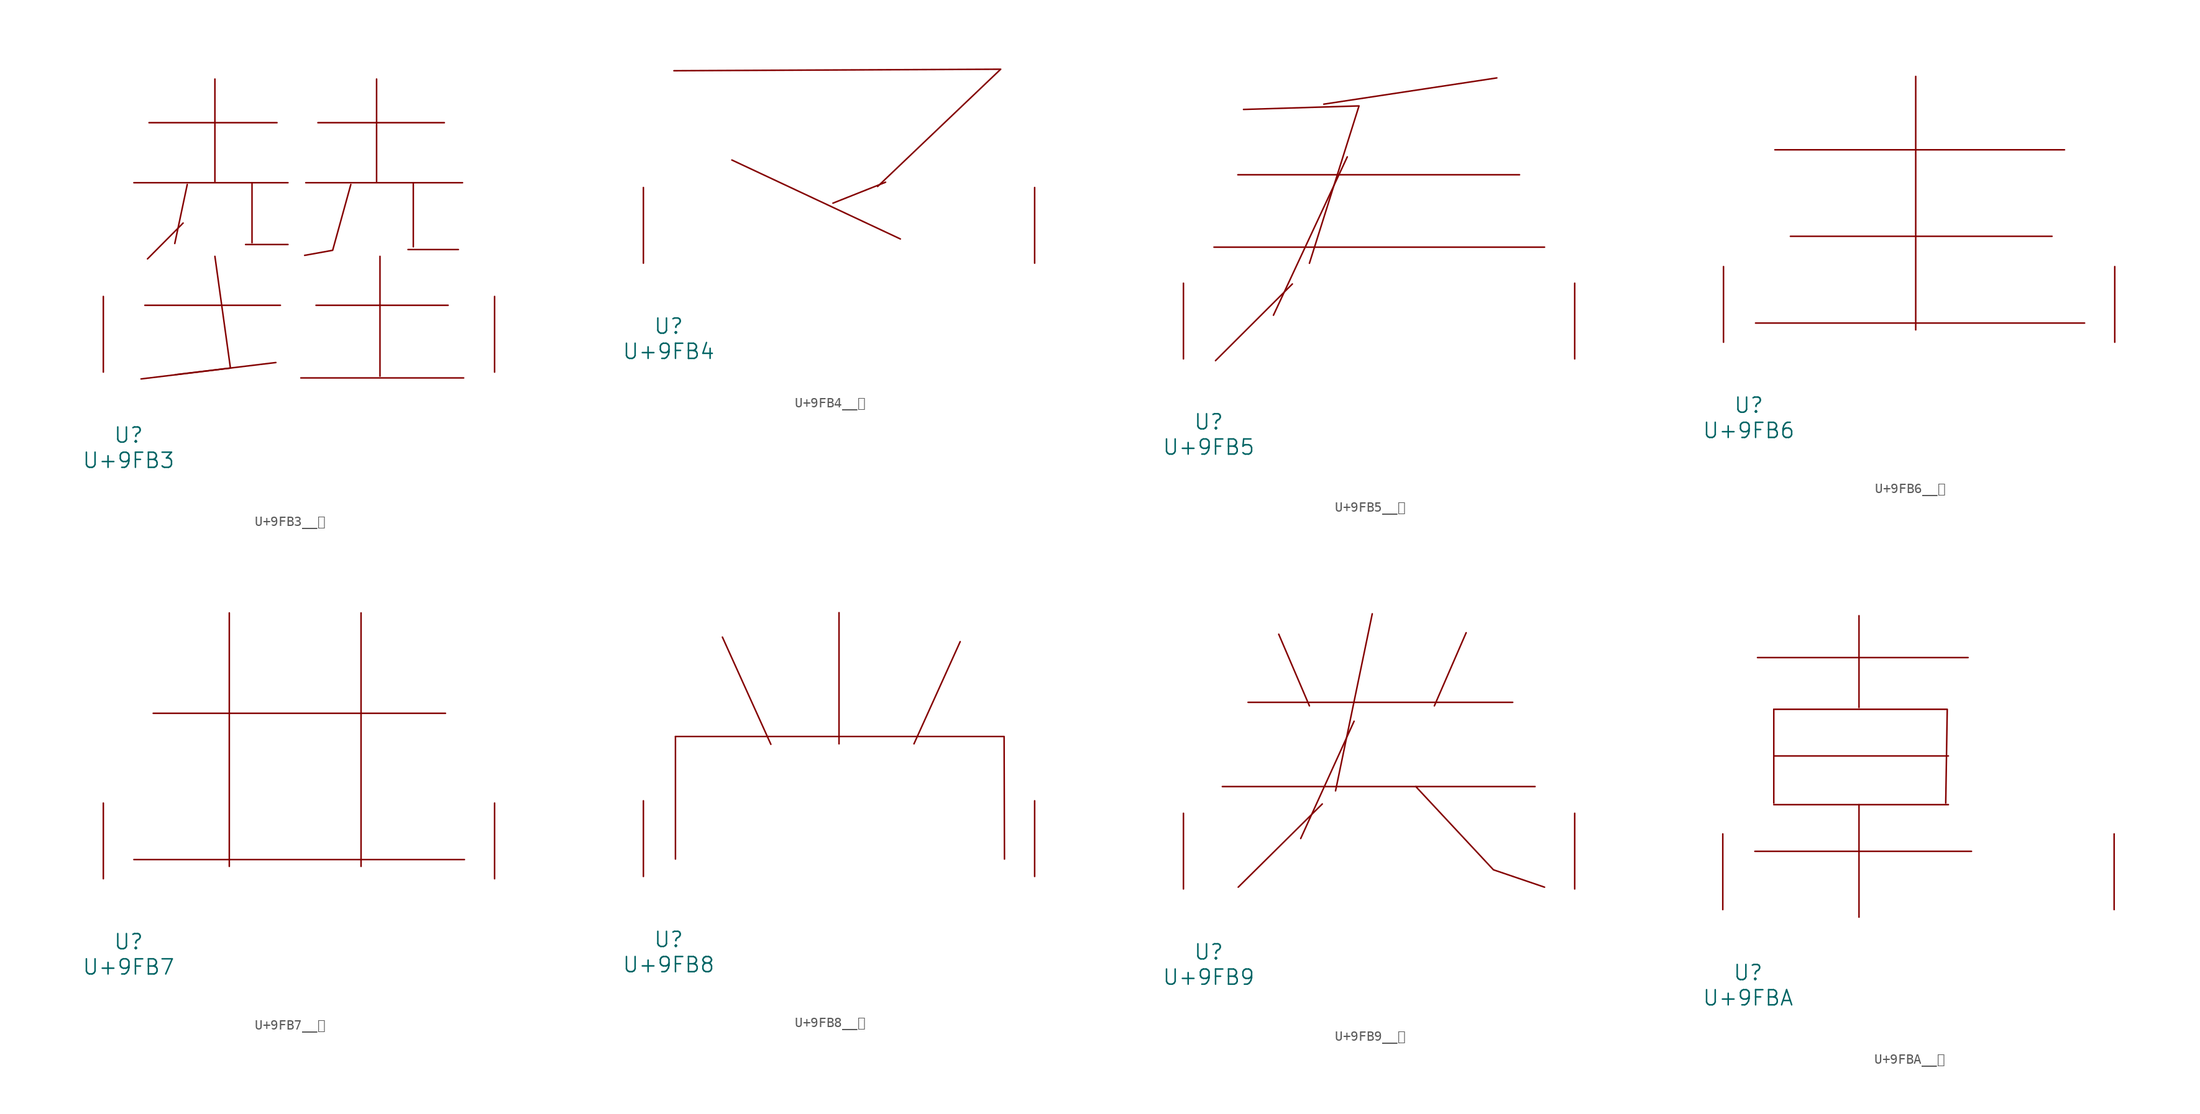
<source format=kicad_sym>
(kicad_symbol_lib
  (version 20231120)
  (generator "kicad_symbol_editor")
  (generator_version "8.0")
  (symbol "U+9FB3__龳"
    (pin_names
      (offset 1.016))
    (property "Reference" "U"
      (at 0 -6.35 0)
      (effects (font (size 1.524 1.524))))
    (property "Value" "U+9FB3"
      (at 0 -8.89 0)
      (effects (font (size 1.524 1.524))))
    (symbol "U+9FB3__龳_0_1"
      (polyline (pts (xy 0.533 19.075) (xy 16.04 19.075)) (stroke (width 0) (type solid)) (fill (type none)))
      (polyline (pts (xy 1.638 6.731) (xy 15.278 6.731)) (stroke (width 0) (type solid)) (fill (type none)))
      (polyline (pts (xy 2.057 25.121) (xy 14.935 25.121)) (stroke (width 0) (type solid)) (fill (type none)))
      (polyline (pts (xy 5.486 15.011) (xy 1.905 11.405)) (stroke (width 0) (type solid)) (fill (type none)))
      (polyline (pts (xy 5.905 18.898) (xy 4.648 12.954)) (stroke (width 0) (type solid)) (fill (type none)))
      (polyline (pts (xy 8.687 29.515) (xy 8.687 19.202)) (stroke (width 0) (type solid)) (fill (type none)))
      (polyline (pts (xy 11.773 12.852) (xy 16.04 12.852)) (stroke (width 0) (type solid)) (fill (type none)))
      (polyline (pts (xy 12.421 19.075) (xy 12.421 13.03)) (stroke (width 0) (type solid)) (fill (type none)))
      (polyline (pts (xy 14.821 0.965) (xy 4.724 -0.254)) (stroke (width 0) (type solid)) (fill (type none)))
      (polyline (pts (xy 17.335 -0.584) (xy 33.718 -0.584)) (stroke (width 0) (type solid)) (fill (type none)))
      (polyline (pts (xy 17.831 19.075) (xy 33.604 19.075)) (stroke (width 0) (type solid)) (fill (type none)))
      (polyline (pts (xy 18.86 6.731) (xy 32.156 6.731)) (stroke (width 0) (type solid)) (fill (type none)))
      (polyline (pts (xy 19.05 25.121) (xy 31.775 25.121)) (stroke (width 0) (type solid)) (fill (type none)))
      (polyline (pts (xy 24.956 29.515) (xy 24.956 19.202)) (stroke (width 0) (type solid)) (fill (type none)))
      (polyline (pts (xy 25.298 11.659) (xy 25.298 -0.406)) (stroke (width 0) (type solid)) (fill (type none)))
      (polyline (pts (xy 28.118 12.344) (xy 33.185 12.344)) (stroke (width 0) (type solid)) (fill (type none)))
      (polyline (pts (xy 28.651 19.075) (xy 28.651 12.624)) (stroke (width 0) (type solid)) (fill (type none)))
      (polyline (pts (xy 8.687 11.659) (xy 10.249 0.406) (xy 1.257 -0.686)) (stroke (width 0) (type solid)) (fill (type none)))
      (polyline (pts (xy 22.365 18.898) (xy 20.536 12.268) (xy 17.716 11.76)) (stroke (width 0) (type solid)) (fill (type none)))
      (pin input line (at -2.54 0 90) (length 7.62) (name "~" (effects (font (size 1.27 1.27)))) (number "~" (effects (font (size 1.27 1.27)))))
      (pin input line (at 36.83 0 90) (length 7.62) (name "~" (effects (font (size 1.27 1.27)))) (number "~" (effects (font (size 1.27 1.27)))))))
  (symbol "U+9FB4__龴"
    (pin_names
      (offset 1.016))
    (property "Reference" "U"
      (at 0 -6.35 0)
      (effects (font (size 1.524 1.524))))
    (property "Value" "U+9FB4"
      (at 0 -8.89 0)
      (effects (font (size 1.524 1.524))))
    (symbol "U+9FB4__龴_0_1"
      (polyline (pts (xy 6.363 10.389) (xy 23.317 2.438)) (stroke (width 0) (type solid)) (fill (type none)))
      (polyline (pts (xy 21.831 8.153) (xy 16.535 6.045)) (stroke (width 0) (type solid)) (fill (type none)))
      (polyline (pts (xy 0.533 19.38) (xy 33.414 19.533) (xy 21.031 7.722)) (stroke (width 0) (type solid)) (fill (type none)))
      (pin input line (at -2.54 0 90) (length 7.62) (name "~" (effects (font (size 1.27 1.27)))) (number "~" (effects (font (size 1.27 1.27)))))
      (pin input line (at 36.83 0 90) (length 7.62) (name "~" (effects (font (size 1.27 1.27)))) (number "~" (effects (font (size 1.27 1.27)))))))
  (symbol "U+9FB5__龵"
    (pin_names
      (offset 1.016))
    (property "Reference" "U"
      (at 0 -6.35 0)
      (effects (font (size 1.524 1.524))))
    (property "Value" "U+9FB5"
      (at 0 -8.89 0)
      (effects (font (size 1.524 1.524))))
    (symbol "U+9FB5__龵_0_1"
      (polyline (pts (xy 0.533 11.252) (xy 33.795 11.252)) (stroke (width 0) (type solid)) (fill (type none)))
      (polyline (pts (xy 2.934 18.542) (xy 31.28 18.542)) (stroke (width 0) (type solid)) (fill (type none)))
      (polyline (pts (xy 8.42 7.544) (xy 0.686 -0.178)) (stroke (width 0) (type solid)) (fill (type none)))
      (polyline (pts (xy 13.945 20.345) (xy 6.515 4.394)) (stroke (width 0) (type solid)) (fill (type none)))
      (polyline (pts (xy 28.994 28.296) (xy 11.582 25.654)) (stroke (width 0) (type solid)) (fill (type none)))
      (polyline (pts (xy 3.505 25.121) (xy 15.126 25.476) (xy 10.135 9.627)) (stroke (width 0) (type solid)) (fill (type none)))
      (pin input line (at -2.54 0 90) (length 7.62) (name "~" (effects (font (size 1.27 1.27)))) (number "~" (effects (font (size 1.27 1.27)))))
      (pin input line (at 36.83 0 90) (length 7.62) (name "~" (effects (font (size 1.27 1.27)))) (number "~" (effects (font (size 1.27 1.27)))))))
  (symbol "U+9FB6__龶"
    (pin_names
      (offset 1.016))
    (property "Reference" "U"
      (at 0 -6.35 0)
      (effects (font (size 1.524 1.524))))
    (property "Value" "U+9FB6"
      (at 0 -8.89 0)
      (effects (font (size 1.524 1.524))))
    (symbol "U+9FB6__龶_0_1"
      (polyline (pts (xy 0.686 1.93) (xy 33.795 1.93)) (stroke (width 0) (type solid)) (fill (type none)))
      (polyline (pts (xy 2.629 19.38) (xy 31.775 19.38)) (stroke (width 0) (type solid)) (fill (type none)))
      (polyline (pts (xy 4.191 10.668) (xy 30.518 10.668)) (stroke (width 0) (type solid)) (fill (type none)))
      (polyline (pts (xy 16.802 26.772) (xy 16.802 1.245)) (stroke (width 0) (type solid)) (fill (type none)))
      (pin input line (at -2.54 0 90) (length 7.62) (name "~" (effects (font (size 1.27 1.27)))) (number "~" (effects (font (size 1.27 1.27)))))
      (pin input line (at 36.83 0 90) (length 7.62) (name "~" (effects (font (size 1.27 1.27)))) (number "~" (effects (font (size 1.27 1.27)))))))
  (symbol "U+9FB7__龷"
    (pin_names
      (offset 1.016))
    (property "Reference" "U"
      (at 0 -6.35 0)
      (effects (font (size 1.524 1.524))))
    (property "Value" "U+9FB7"
      (at 0 -8.89 0)
      (effects (font (size 1.524 1.524))))
    (symbol "U+9FB7__龷_0_1"
      (polyline (pts (xy 0.533 1.93) (xy 33.795 1.93)) (stroke (width 0) (type solid)) (fill (type none)))
      (polyline (pts (xy 2.477 16.662) (xy 31.89 16.662)) (stroke (width 0) (type solid)) (fill (type none)))
      (polyline (pts (xy 10.135 26.772) (xy 10.135 1.245)) (stroke (width 0) (type solid)) (fill (type none)))
      (polyline (pts (xy 23.393 26.772) (xy 23.393 1.245)) (stroke (width 0) (type solid)) (fill (type none)))
      (pin input line (at -2.54 0 90) (length 7.62) (name "~" (effects (font (size 1.27 1.27)))) (number "~" (effects (font (size 1.27 1.27)))))
      (pin input line (at 36.83 0 90) (length 7.62) (name "~" (effects (font (size 1.27 1.27)))) (number "~" (effects (font (size 1.27 1.27)))))))
  (symbol "U+9FB8__龸"
    (pin_names
      (offset 1.016))
    (property "Reference" "U"
      (at 0 -6.35 0)
      (effects (font (size 1.524 1.524))))
    (property "Value" "U+9FB8"
      (at 0 -8.89 0)
      (effects (font (size 1.524 1.524))))
    (symbol "U+9FB8__龸_0_1"
      (polyline (pts (xy 0.686 14.097) (xy 0.686 1.753)) (stroke (width 0) (type solid)) (fill (type none)))
      (polyline (pts (xy 5.41 24.105) (xy 10.287 13.31)) (stroke (width 0) (type solid)) (fill (type none)))
      (polyline (pts (xy 17.145 26.568) (xy 17.145 13.36)) (stroke (width 0) (type solid)) (fill (type none)))
      (polyline (pts (xy 29.337 23.647) (xy 24.689 13.36)) (stroke (width 0) (type solid)) (fill (type none)))
      (polyline (pts (xy 0.686 14.097) (xy 33.757 14.097) (xy 33.795 1.753)) (stroke (width 0) (type solid)) (fill (type none)))
      (pin input line (at -2.54 0 90) (length 7.62) (name "~" (effects (font (size 1.27 1.27)))) (number "~" (effects (font (size 1.27 1.27)))))
      (pin input line (at 36.83 0 90) (length 7.62) (name "~" (effects (font (size 1.27 1.27)))) (number "~" (effects (font (size 1.27 1.27)))))))
  (symbol "U+9FB9__龹"
    (pin_names
      (offset 1.016))
    (property "Reference" "U"
      (at 0 -6.35 0)
      (effects (font (size 1.524 1.524))))
    (property "Value" "U+9FB9"
      (at 0 -8.89 0)
      (effects (font (size 1.524 1.524))))
    (symbol "U+9FB9__龹_0_1"
      (polyline (pts (xy 1.372 10.312) (xy 32.842 10.312)) (stroke (width 0) (type solid)) (fill (type none)))
      (polyline (pts (xy 3.962 18.796) (xy 30.594 18.796)) (stroke (width 0) (type solid)) (fill (type none)))
      (polyline (pts (xy 7.048 25.654) (xy 10.135 18.44)) (stroke (width 0) (type solid)) (fill (type none)))
      (polyline (pts (xy 11.43 8.56) (xy 2.972 0.178)) (stroke (width 0) (type solid)) (fill (type none)))
      (polyline (pts (xy 14.63 16.891) (xy 9.258 5.08)) (stroke (width 0) (type solid)) (fill (type none)))
      (polyline (pts (xy 16.459 27.711) (xy 12.764 9.881)) (stroke (width 0) (type solid)) (fill (type none)))
      (polyline (pts (xy 25.908 25.806) (xy 22.708 18.44)) (stroke (width 0) (type solid)) (fill (type none)))
      (polyline (pts (xy 20.841 10.312) (xy 28.651 1.93) (xy 33.795 0.178)) (stroke (width 0) (type solid)) (fill (type none)))
      (pin input line (at -2.54 0 90) (length 7.62) (name "~" (effects (font (size 1.27 1.27)))) (number "~" (effects (font (size 1.27 1.27)))))
      (pin input line (at 36.83 0 90) (length 7.62) (name "~" (effects (font (size 1.27 1.27)))) (number "~" (effects (font (size 1.27 1.27)))))))
  (symbol "U+9FBA__龺"
    (pin_names
      (offset 1.016))
    (property "Reference" "U"
      (at 0 -6.35 0)
      (effects (font (size 1.524 1.524))))
    (property "Value" "U+9FBA"
      (at 0 -8.89 0)
      (effects (font (size 1.524 1.524))))
    (symbol "U+9FBA__龺_0_1"
      (polyline (pts (xy 0.686 5.867) (xy 22.479 5.867)) (stroke (width 0) (type solid)) (fill (type none)))
      (polyline (pts (xy 0.953 25.375) (xy 22.136 25.375)) (stroke (width 0) (type solid)) (fill (type none)))
      (polyline (pts (xy 2.591 10.566) (xy 20.155 10.566)) (stroke (width 0) (type solid)) (fill (type none)))
      (polyline (pts (xy 2.591 15.469) (xy 20.155 15.469)) (stroke (width 0) (type solid)) (fill (type none)))
      (polyline (pts (xy 2.591 20.168) (xy 2.591 10.719)) (stroke (width 0) (type solid)) (fill (type none)))
      (polyline (pts (xy 11.163 10.566) (xy 11.163 -0.762)) (stroke (width 0) (type solid)) (fill (type none)))
      (polyline (pts (xy 11.163 29.591) (xy 11.163 20.345)) (stroke (width 0) (type solid)) (fill (type none)))
      (polyline (pts (xy 2.591 20.168) (xy 20.041 20.168) (xy 19.888 10.719)) (stroke (width 0) (type solid)) (fill (type none)))
      (pin input line (at -2.54 0 90) (length 7.62) (name "~" (effects (font (size 1.27 1.27)))) (number "~" (effects (font (size 1.27 1.27)))))
      (pin input line (at 36.83 0 90) (length 7.62) (name "~" (effects (font (size 1.27 1.27)))) (number "~" (effects (font (size 1.27 1.27))))))))
</source>
